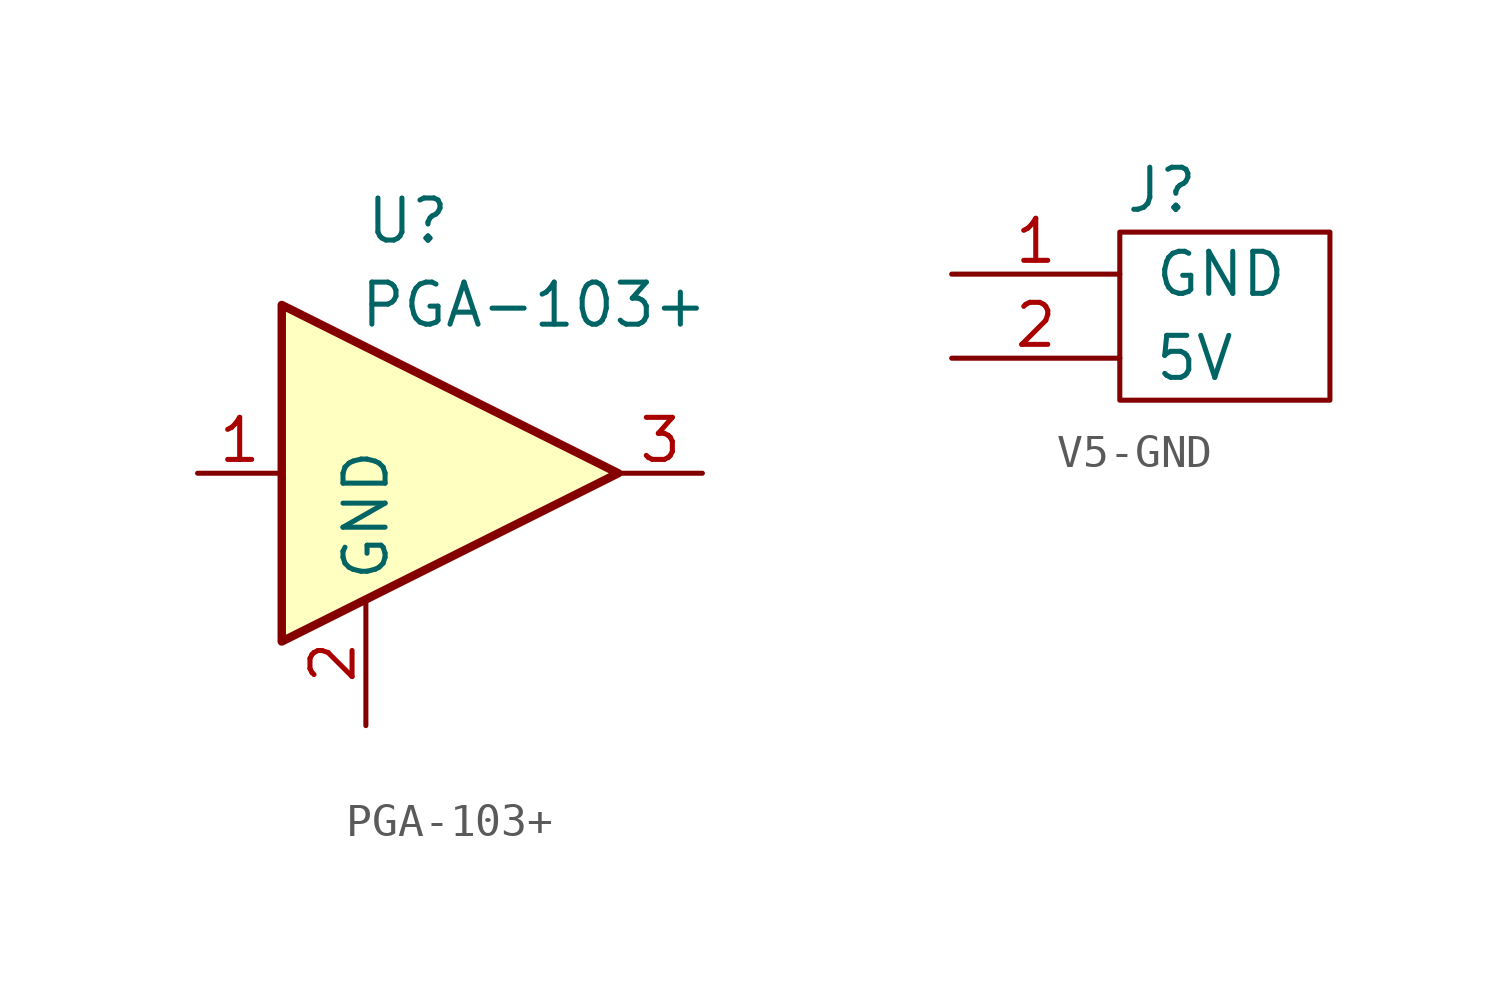
<source format=kicad_sym>
(kicad_symbol_lib
  (version 20201005)
  (generator kicad_symbol_editor)
  (symbol "lna_library:PGA-103+"
    (property "Reference" "U"
      (at -1.27 7.62 0)
      (effects (font (size 1.27 1.27))))
    (property "Value" "PGA-103+"
      (at 2.54 5.08 0)
      (effects (font (size 1.27 1.27))))
    (symbol "PGA-103+_0_1"
      (polyline (pts (xy 5.08 0) (xy -5.08 5.08) (xy -5.08 -5.08) (xy 5.08 0)) (stroke (width 0.254)) (fill (type background))))
    (symbol "PGA-103+_1_1"
      (pin input line (at -7.62 0 0) (length 2.54) (name "~" (effects (font (size 1.27 1.27)))) (number "1" (effects (font (size 1.27 1.27)))))
      (pin power_in line (at -2.54 -7.62 90) (length 3.81) (name "GND" (effects (font (size 1.27 1.27)))) (number "2" (effects (font (size 1.27 1.27)))))
      (pin output line (at 7.62 0 180) (length 2.54) (name "~" (effects (font (size 1.27 1.27)))) (number "3" (effects (font (size 1.27 1.27)))))))
  (symbol "lna_library:V5-GND"
    (pin_names
      (offset 1.016))
    (property "Reference" "J"
      (at -1.27 2.54 0)
      (effects (font (size 1.27 1.27))))
    (symbol "V5-GND_0_1"
      (rectangle (start -2.54 1.27) (end 3.81 -3.81) (stroke (width 0)) (fill (type none))))
    (symbol "V5-GND_1_1"
      (pin passive line (at -7.62 0 0) (length 5.08) (name "GND" (effects (font (size 1.27 1.27)))) (number "1" (effects (font (size 1.27 1.27)))))
      (pin output line (at -7.62 -2.54 0) (length 5.08) (name "5V" (effects (font (size 1.27 1.27)))) (number "2" (effects (font (size 1.27 1.27))))))))
</source>
